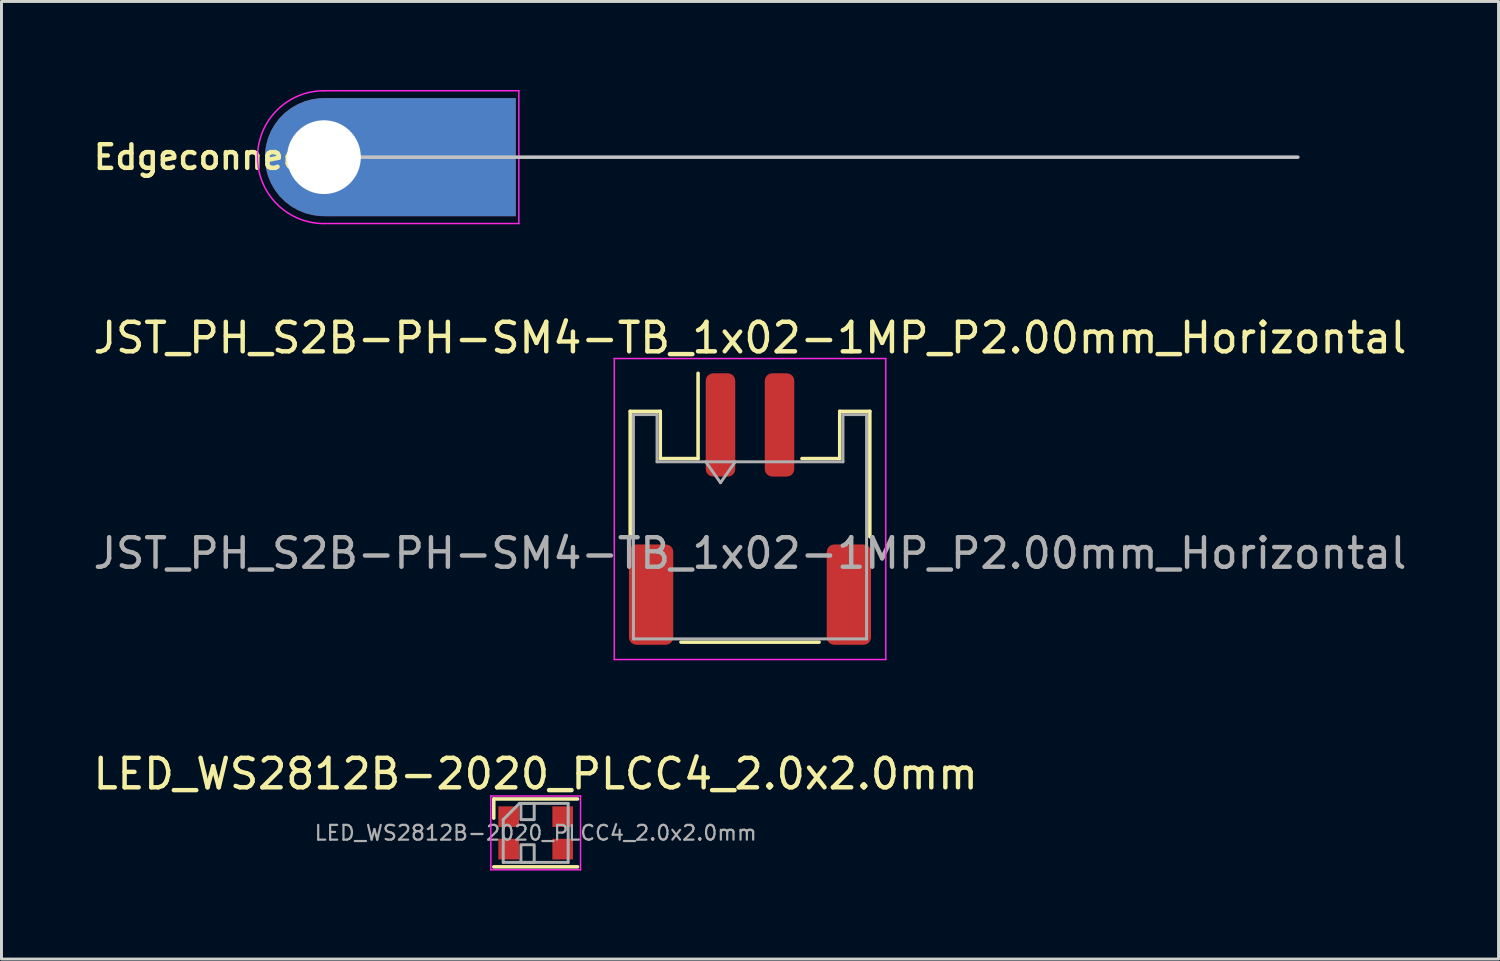
<source format=kicad_pcb>
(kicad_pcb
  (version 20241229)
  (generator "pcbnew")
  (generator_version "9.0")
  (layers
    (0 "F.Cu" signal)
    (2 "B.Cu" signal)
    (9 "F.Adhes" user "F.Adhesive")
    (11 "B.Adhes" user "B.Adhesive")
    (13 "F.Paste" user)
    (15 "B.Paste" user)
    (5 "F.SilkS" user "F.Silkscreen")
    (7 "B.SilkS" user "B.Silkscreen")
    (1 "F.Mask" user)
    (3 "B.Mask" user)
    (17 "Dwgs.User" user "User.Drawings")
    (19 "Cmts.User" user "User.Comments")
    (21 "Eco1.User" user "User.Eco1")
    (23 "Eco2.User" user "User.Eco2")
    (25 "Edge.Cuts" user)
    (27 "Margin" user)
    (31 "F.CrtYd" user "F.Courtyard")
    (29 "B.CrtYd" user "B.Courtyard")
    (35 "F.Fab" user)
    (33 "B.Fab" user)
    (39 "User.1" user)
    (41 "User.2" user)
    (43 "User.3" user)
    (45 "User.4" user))
  (footprint "Edgeconnector"
    (layer "F.Cu")
    (at 7.926 2.275)
    (property "Reference" "Edgeconnector" (at -3.4 0 0) (layer "F.SilkS") (effects (font (size 0.8 0.8) (thickness 0.15) (bold yes))))
    (attr through_hole exclude_from_pos_files exclude_from_bom)
    (fp_line (start 0 0) (end 33 0) (stroke (width 0.12) (type solid)) (layer "Dwgs.User"))
    (fp_line (start 6.604 -2.25) (end 0 -2.25) (stroke (width 0.05) (type default)) (layer "F.CrtYd"))
    (fp_line (start 6.604 -2.25) (end 6.604 2.25) (stroke (width 0.05) (type default)) (layer "F.CrtYd"))
    (fp_line (start 6.604 2.25) (end 0 2.25) (stroke (width 0.05) (type default)) (layer "F.CrtYd"))
    (fp_arc (start 0 2.25) (mid -2.25 0) (end 0 -2.25) (stroke (width 0.05) (type default)) (layer "F.CrtYd"))
    (pad "1" thru_hole custom (at 0 0) (size 4 4) (drill 2.5) (property pad_prop_castellated) (layers "*.Cu" "*.Mask") (options (anchor circle)) (primitives (gr_poly (pts (xy 6.5 2) (xy 0 2) (xy 0 -2) (xy 6.5 -2)) (width 0) (fill yes)))))
  (footprint "JST_PH_S2B-PH-SM4-TB_1x02-1MP_P2.00mm_Horizontal"
    (layer "F.Cu")
    (at 22.363 14.198)
    (property "Reference" "JST_PH_S2B-PH-SM4-TB_1x02-1MP_P2.00mm_Horizontal" (at 0 -5.8 0) (layer "F.SilkS") (effects (font (size 1 1) (thickness 0.15))))
    (attr smd)
    (fp_line (start -4.06 -3.31) (end -3.04 -3.31) (stroke (width 0.12) (type solid)) (layer "F.SilkS"))
    (fp_line (start -4.06 0.94) (end -4.06 -3.31) (stroke (width 0.12) (type solid)) (layer "F.SilkS"))
    (fp_line (start -3.04 -3.31) (end -3.04 -1.71) (stroke (width 0.12) (type solid)) (layer "F.SilkS"))
    (fp_line (start -3.04 -1.71) (end -1.76 -1.71) (stroke (width 0.12) (type solid)) (layer "F.SilkS"))
    (fp_line (start -2.34 4.51) (end 2.34 4.51) (stroke (width 0.12) (type solid)) (layer "F.SilkS"))
    (fp_line (start -1.76 -1.71) (end -1.76 -4.6) (stroke (width 0.12) (type solid)) (layer "F.SilkS"))
    (fp_line (start 3.04 -3.31) (end 3.04 -1.71) (stroke (width 0.12) (type solid)) (layer "F.SilkS"))
    (fp_line (start 3.04 -1.71) (end 1.76 -1.71) (stroke (width 0.12) (type solid)) (layer "F.SilkS"))
    (fp_line (start 4.06 -3.31) (end 3.04 -3.31) (stroke (width 0.12) (type solid)) (layer "F.SilkS"))
    (fp_line (start 4.06 0.94) (end 4.06 -3.31) (stroke (width 0.12) (type solid)) (layer "F.SilkS"))
    (fp_line (start -4.6 -5.1) (end -4.6 5.1) (stroke (width 0.05) (type solid)) (layer "F.CrtYd"))
    (fp_line (start -4.6 5.1) (end 4.6 5.1) (stroke (width 0.05) (type solid)) (layer "F.CrtYd"))
    (fp_line (start 4.6 -5.1) (end -4.6 -5.1) (stroke (width 0.05) (type solid)) (layer "F.CrtYd"))
    (fp_line (start 4.6 5.1) (end 4.6 -5.1) (stroke (width 0.05) (type solid)) (layer "F.CrtYd"))
    (fp_line (start -3.95 -3.2) (end -3.95 4.4) (stroke (width 0.1) (type solid)) (layer "F.Fab"))
    (fp_line (start -3.95 -3.2) (end -3.15 -3.2) (stroke (width 0.1) (type solid)) (layer "F.Fab"))
    (fp_line (start -3.95 4.4) (end 3.95 4.4) (stroke (width 0.1) (type solid)) (layer "F.Fab"))
    (fp_line (start -3.15 -3.2) (end -3.15 -1.6) (stroke (width 0.1) (type solid)) (layer "F.Fab"))
    (fp_line (start -3.15 -1.6) (end 3.15 -1.6) (stroke (width 0.1) (type solid)) (layer "F.Fab"))
    (fp_line (start -1.5 -1.6) (end -1 -0.893) (stroke (width 0.1) (type solid)) (layer "F.Fab"))
    (fp_line (start -1 -0.893) (end -0.5 -1.6) (stroke (width 0.1) (type solid)) (layer "F.Fab"))
    (fp_line (start 3.15 -3.2) (end 3.95 -3.2) (stroke (width 0.1) (type solid)) (layer "F.Fab"))
    (fp_line (start 3.15 -1.6) (end 3.15 -3.2) (stroke (width 0.1) (type solid)) (layer "F.Fab"))
    (fp_line (start 3.95 -3.2) (end 3.95 4.4) (stroke (width 0.1) (type solid)) (layer "F.Fab"))
    (fp_text user "${REFERENCE}" (at 0 1.5 0) (layer "F.Fab") (effects (font (size 1 1) (thickness 0.15))))
    (pad "1" smd roundrect (at -1 -2.85) (size 1 3.5) (layers "F.Cu" "F.Mask" "F.Paste") (roundrect_rratio 0.25))
    (pad "2" smd roundrect (at 1 -2.85) (size 1 3.5) (layers "F.Cu" "F.Mask" "F.Paste") (roundrect_rratio 0.25))
    (pad "MP" smd roundrect (at -3.35 2.9) (size 1.5 3.4) (layers "F.Cu" "F.Mask" "F.Paste") (roundrect_rratio 0.167))
    (pad "MP" smd roundrect (at 3.35 2.9) (size 1.5 3.4) (layers "F.Cu" "F.Mask" "F.Paste") (roundrect_rratio 0.167)))
  (footprint "LED_WS2812B-2020_PLCC4_2.0x2.0mm"
    (layer "F.Cu")
    (at 15.101 25.172)
    (property "Reference" "LED_WS2812B-2020_PLCC4_2.0x2.0mm" (at 0 -2 0) (layer "F.SilkS") (effects (font (size 1 1) (thickness 0.15))))
    (attr smd)
    (fp_line (start -1.42 -1.15) (end -1.42 -0.5) (stroke (width 0.12) (type solid)) (layer "F.SilkS"))
    (fp_line (start -1.42 -1.15) (end 1.42 -1.15) (stroke (width 0.12) (type solid)) (layer "F.SilkS"))
    (fp_line (start -1.42 1.15) (end 1.42 1.15) (stroke (width 0.12) (type solid)) (layer "F.SilkS"))
    (fp_line (start -1.52 -1.25) (end -1.52 1.25) (stroke (width 0.05) (type solid)) (layer "F.CrtYd"))
    (fp_line (start -1.52 1.25) (end 1.52 1.25) (stroke (width 0.05) (type solid)) (layer "F.CrtYd"))
    (fp_line (start 1.52 -1.25) (end -1.52 -1.25) (stroke (width 0.05) (type solid)) (layer "F.CrtYd"))
    (fp_line (start 1.52 1.25) (end 1.52 -1.25) (stroke (width 0.05) (type solid)) (layer "F.CrtYd"))
    (fp_line (start -1.1 -0.45) (end -1.1 1) (stroke (width 0.1) (type solid)) (layer "F.Fab"))
    (fp_line (start -1.1 1) (end 1.1 1) (stroke (width 0.1) (type solid)) (layer "F.Fab"))
    (fp_line (start -0.55 -1) (end -1.1 -0.45) (stroke (width 0.1) (type solid)) (layer "F.Fab"))
    (fp_line (start 1.1 -1) (end -0.55 -1) (stroke (width 0.1) (type solid)) (layer "F.Fab"))
    (fp_line (start 1.1 -1) (end 1.1 1) (stroke (width 0.1) (type solid)) (layer "F.Fab"))
    (fp_rect (start -0.5 -1) (end -0.05 -0.45) (stroke (width 0.1) (type solid)) (fill no) (layer "F.Fab"))
    (fp_rect (start -0.5 0.4) (end -0.05 1) (stroke (width 0.1) (type solid)) (fill no) (layer "F.Fab"))
    (fp_text user "${REFERENCE}" (at 0 0 0) (layer "F.Fab") (effects (font (size 0.5 0.5) (thickness 0.075))))
    (pad "1" smd rect (at -0.915 -0.55) (size 0.7 0.7) (layers "F.Cu" "F.Mask" "F.Paste"))
    (pad "2" smd rect (at -0.915 0.55) (size 0.7 0.7) (layers "F.Cu" "F.Mask" "F.Paste"))
    (pad "3" smd rect (at 0.915 0.55) (size 0.7 0.7) (layers "F.Cu" "F.Mask" "F.Paste"))
    (pad "4" smd rect (at 0.915 -0.55) (size 0.7 0.7) (layers "F.Cu" "F.Mask" "F.Paste")))
  (gr_rect
    (start -3 -3)
    (end 47.726 29.447)
    (stroke (width 0.1) (type default))
    (fill no)
    (layer "Edge.Cuts")))
</source>
